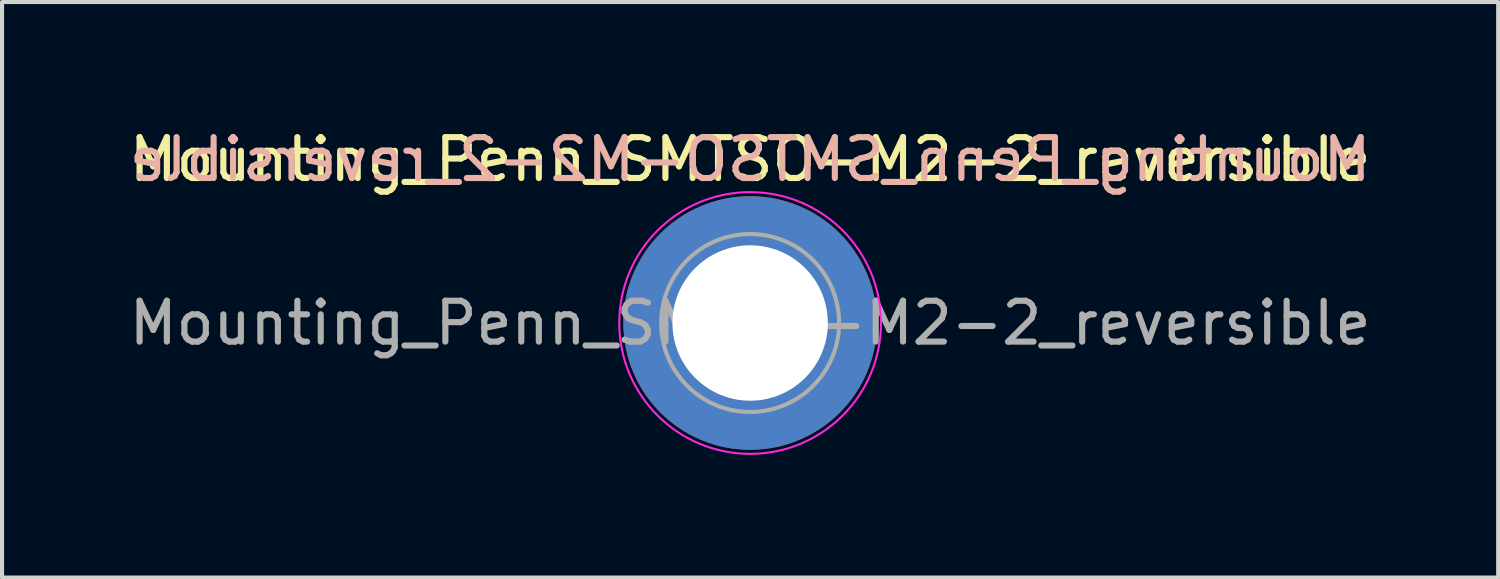
<source format=kicad_pcb>
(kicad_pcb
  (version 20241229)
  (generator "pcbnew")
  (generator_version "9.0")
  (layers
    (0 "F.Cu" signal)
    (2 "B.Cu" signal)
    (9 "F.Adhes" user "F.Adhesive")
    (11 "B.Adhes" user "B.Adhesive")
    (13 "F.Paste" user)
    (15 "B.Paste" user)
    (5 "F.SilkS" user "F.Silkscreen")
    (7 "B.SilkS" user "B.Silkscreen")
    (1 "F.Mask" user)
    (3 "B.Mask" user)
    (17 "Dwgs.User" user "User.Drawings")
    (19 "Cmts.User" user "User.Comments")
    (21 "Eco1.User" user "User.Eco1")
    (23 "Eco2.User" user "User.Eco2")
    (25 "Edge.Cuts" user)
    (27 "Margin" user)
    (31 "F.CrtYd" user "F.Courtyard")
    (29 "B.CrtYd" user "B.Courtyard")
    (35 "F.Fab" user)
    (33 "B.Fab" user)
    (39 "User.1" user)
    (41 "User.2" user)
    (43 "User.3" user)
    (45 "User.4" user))
  (footprint "Mounting_Penn_SMTSO-M2-2_reversible"
    (layer "F.Cu")
    (at 15.292 4.848)
    (property "Reference" "Mounting_Penn_SMTSO-M2-2_reversible" (at 0 -4 0) (layer "F.SilkS") (effects (font (size 1 1) (thickness 0.15))))
    (attr smd)
    (fp_circle (center 0 0) (end 3.2 0) (stroke (width 0.05) (type solid)) (fill no) (layer "F.CrtYd"))
    (fp_circle (center 0 0) (end 2.175 0) (stroke (width 0.1) (type solid)) (fill no) (layer "F.Fab"))
    (fp_text user "${REFERENCE}" (at 0 -4 0) (unlocked yes) (layer "B.SilkS") (effects (font (size 1 1) (thickness 0.15)) (justify mirror)))
    (fp_text user "${REFERENCE}" (at 0 0 0) (layer "F.Fab") (effects (font (size 1 1) (thickness 0.15))))
    (pad "" smd circle (at -2.5 0) (size 1.2 1.2) (layers "F.Paste"))
    (pad "" smd circle (at -2.5 0) (size 1.2 1.2) (layers "B.Paste"))
    (pad "" smd circle (at -1.768 -1.768) (size 1.2 1.2) (layers "F.Paste"))
    (pad "" smd circle (at -1.768 -1.768) (size 1.2 1.2) (layers "B.Paste"))
    (pad "" smd circle (at -1.768 1.768) (size 1.2 1.2) (layers "F.Paste"))
    (pad "" smd circle (at -1.768 1.768) (size 1.2 1.2) (layers "B.Paste"))
    (pad "" smd circle (at 0 -2.5) (size 1.2 1.2) (layers "F.Paste"))
    (pad "" smd circle (at 0 -2.5) (size 1.2 1.2) (layers "B.Paste"))
    (pad "" smd circle (at 0 2.5) (size 1.2 1.2) (layers "F.Paste"))
    (pad "" smd circle (at 0 2.5) (size 1.2 1.2) (layers "B.Paste"))
    (pad "" smd circle (at 1.768 -1.768) (size 1.2 1.2) (layers "F.Paste"))
    (pad "" smd circle (at 1.768 -1.768) (size 1.2 1.2) (layers "B.Paste"))
    (pad "" smd circle (at 1.768 1.768) (size 1.2 1.2) (layers "F.Paste"))
    (pad "" smd circle (at 1.768 1.768) (size 1.2 1.2) (layers "B.Paste"))
    (pad "" smd circle (at 2.5 0) (size 1.2 1.2) (layers "F.Paste"))
    (pad "" smd circle (at 2.5 0) (size 1.2 1.2) (layers "B.Paste"))
    (pad "1" thru_hole circle (at 0 0) (size 6.2 6.2) (drill 3.8) (layers "*.Cu" "*.Mask")))
  (gr_rect
    (start -3 -3)
    (end 33.583 11.073)
    (stroke (width 0.1) (type default))
    (fill no)
    (layer "Edge.Cuts")))
</source>
